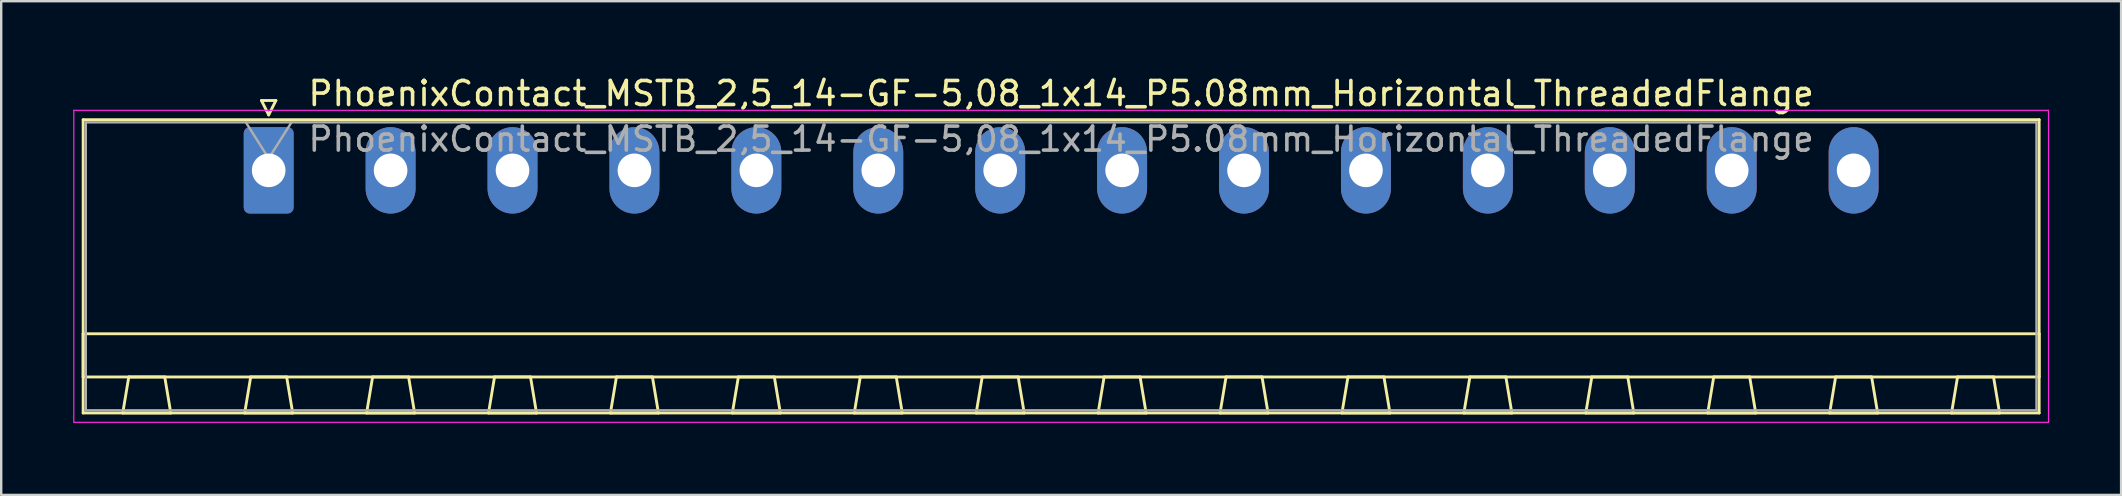
<source format=kicad_pcb>
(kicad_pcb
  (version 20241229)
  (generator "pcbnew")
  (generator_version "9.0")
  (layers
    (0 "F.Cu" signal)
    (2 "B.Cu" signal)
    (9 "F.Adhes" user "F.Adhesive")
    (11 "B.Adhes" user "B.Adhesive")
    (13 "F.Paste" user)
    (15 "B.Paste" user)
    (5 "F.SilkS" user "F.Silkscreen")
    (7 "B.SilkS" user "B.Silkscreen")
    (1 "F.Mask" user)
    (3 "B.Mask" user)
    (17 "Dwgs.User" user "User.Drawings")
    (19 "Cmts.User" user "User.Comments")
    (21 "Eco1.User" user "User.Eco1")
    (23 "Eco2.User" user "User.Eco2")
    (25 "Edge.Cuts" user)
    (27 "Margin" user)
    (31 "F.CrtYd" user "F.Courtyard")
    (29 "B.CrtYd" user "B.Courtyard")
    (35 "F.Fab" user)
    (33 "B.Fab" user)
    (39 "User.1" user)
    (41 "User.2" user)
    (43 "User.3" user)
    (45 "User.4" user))
  (footprint "PhoenixContact_MSTB_2,5_14-GF-5,08_1x14_P5.08mm_Horizontal_ThreadedFlange"
    (layer "F.Cu")
    (at 8.145 4.048)
    (property "Reference" "PhoenixContact_MSTB_2,5_14-GF-5,08_1x14_P5.08mm_Horizontal_ThreadedFlange" (at 33.02 -3.2 0) (layer "F.SilkS") (effects (font (size 1 1) (thickness 0.15))))
    (attr through_hole)
    (fp_line (start -7.73 -2.11) (end -7.73 10.11) (stroke (width 0.12) (type solid)) (layer "F.SilkS"))
    (fp_line (start -7.73 6.81) (end 73.77 6.81) (stroke (width 0.12) (type solid)) (layer "F.SilkS"))
    (fp_line (start -7.73 8.61) (end -7.73 6.81) (stroke (width 0.12) (type solid)) (layer "F.SilkS"))
    (fp_line (start -7.73 10.11) (end 73.77 10.11) (stroke (width 0.12) (type solid)) (layer "F.SilkS"))
    (fp_line (start -6.08 10.11) (end -4.08 10.11) (stroke (width 0.12) (type solid)) (layer "F.SilkS"))
    (fp_line (start -5.83 8.61) (end -6.08 10.11) (stroke (width 0.12) (type solid)) (layer "F.SilkS"))
    (fp_line (start -4.33 8.61) (end -5.83 8.61) (stroke (width 0.12) (type solid)) (layer "F.SilkS"))
    (fp_line (start -4.08 10.11) (end -4.33 8.61) (stroke (width 0.12) (type solid)) (layer "F.SilkS"))
    (fp_line (start -1 10.11) (end 1 10.11) (stroke (width 0.12) (type solid)) (layer "F.SilkS"))
    (fp_line (start -0.75 8.61) (end -1 10.11) (stroke (width 0.12) (type solid)) (layer "F.SilkS"))
    (fp_line (start -0.3 -2.91) (end 0.3 -2.91) (stroke (width 0.12) (type solid)) (layer "F.SilkS"))
    (fp_line (start 0 -2.31) (end -0.3 -2.91) (stroke (width 0.12) (type solid)) (layer "F.SilkS"))
    (fp_line (start 0.3 -2.91) (end 0 -2.31) (stroke (width 0.12) (type solid)) (layer "F.SilkS"))
    (fp_line (start 0.75 8.61) (end -0.75 8.61) (stroke (width 0.12) (type solid)) (layer "F.SilkS"))
    (fp_line (start 1 10.11) (end 0.75 8.61) (stroke (width 0.12) (type solid)) (layer "F.SilkS"))
    (fp_line (start 4.08 10.11) (end 6.08 10.11) (stroke (width 0.12) (type solid)) (layer "F.SilkS"))
    (fp_line (start 4.33 8.61) (end 4.08 10.11) (stroke (width 0.12) (type solid)) (layer "F.SilkS"))
    (fp_line (start 5.83 8.61) (end 4.33 8.61) (stroke (width 0.12) (type solid)) (layer "F.SilkS"))
    (fp_line (start 6.08 10.11) (end 5.83 8.61) (stroke (width 0.12) (type solid)) (layer "F.SilkS"))
    (fp_line (start 9.16 10.11) (end 11.16 10.11) (stroke (width 0.12) (type solid)) (layer "F.SilkS"))
    (fp_line (start 9.41 8.61) (end 9.16 10.11) (stroke (width 0.12) (type solid)) (layer "F.SilkS"))
    (fp_line (start 10.91 8.61) (end 9.41 8.61) (stroke (width 0.12) (type solid)) (layer "F.SilkS"))
    (fp_line (start 11.16 10.11) (end 10.91 8.61) (stroke (width 0.12) (type solid)) (layer "F.SilkS"))
    (fp_line (start 14.24 10.11) (end 16.24 10.11) (stroke (width 0.12) (type solid)) (layer "F.SilkS"))
    (fp_line (start 14.49 8.61) (end 14.24 10.11) (stroke (width 0.12) (type solid)) (layer "F.SilkS"))
    (fp_line (start 15.99 8.61) (end 14.49 8.61) (stroke (width 0.12) (type solid)) (layer "F.SilkS"))
    (fp_line (start 16.24 10.11) (end 15.99 8.61) (stroke (width 0.12) (type solid)) (layer "F.SilkS"))
    (fp_line (start 19.32 10.11) (end 21.32 10.11) (stroke (width 0.12) (type solid)) (layer "F.SilkS"))
    (fp_line (start 19.57 8.61) (end 19.32 10.11) (stroke (width 0.12) (type solid)) (layer "F.SilkS"))
    (fp_line (start 21.07 8.61) (end 19.57 8.61) (stroke (width 0.12) (type solid)) (layer "F.SilkS"))
    (fp_line (start 21.32 10.11) (end 21.07 8.61) (stroke (width 0.12) (type solid)) (layer "F.SilkS"))
    (fp_line (start 24.4 10.11) (end 26.4 10.11) (stroke (width 0.12) (type solid)) (layer "F.SilkS"))
    (fp_line (start 24.65 8.61) (end 24.4 10.11) (stroke (width 0.12) (type solid)) (layer "F.SilkS"))
    (fp_line (start 26.15 8.61) (end 24.65 8.61) (stroke (width 0.12) (type solid)) (layer "F.SilkS"))
    (fp_line (start 26.4 10.11) (end 26.15 8.61) (stroke (width 0.12) (type solid)) (layer "F.SilkS"))
    (fp_line (start 29.48 10.11) (end 31.48 10.11) (stroke (width 0.12) (type solid)) (layer "F.SilkS"))
    (fp_line (start 29.73 8.61) (end 29.48 10.11) (stroke (width 0.12) (type solid)) (layer "F.SilkS"))
    (fp_line (start 31.23 8.61) (end 29.73 8.61) (stroke (width 0.12) (type solid)) (layer "F.SilkS"))
    (fp_line (start 31.48 10.11) (end 31.23 8.61) (stroke (width 0.12) (type solid)) (layer "F.SilkS"))
    (fp_line (start 34.56 10.11) (end 36.56 10.11) (stroke (width 0.12) (type solid)) (layer "F.SilkS"))
    (fp_line (start 34.81 8.61) (end 34.56 10.11) (stroke (width 0.12) (type solid)) (layer "F.SilkS"))
    (fp_line (start 36.31 8.61) (end 34.81 8.61) (stroke (width 0.12) (type solid)) (layer "F.SilkS"))
    (fp_line (start 36.56 10.11) (end 36.31 8.61) (stroke (width 0.12) (type solid)) (layer "F.SilkS"))
    (fp_line (start 39.64 10.11) (end 41.64 10.11) (stroke (width 0.12) (type solid)) (layer "F.SilkS"))
    (fp_line (start 39.89 8.61) (end 39.64 10.11) (stroke (width 0.12) (type solid)) (layer "F.SilkS"))
    (fp_line (start 41.39 8.61) (end 39.89 8.61) (stroke (width 0.12) (type solid)) (layer "F.SilkS"))
    (fp_line (start 41.64 10.11) (end 41.39 8.61) (stroke (width 0.12) (type solid)) (layer "F.SilkS"))
    (fp_line (start 44.72 10.11) (end 46.72 10.11) (stroke (width 0.12) (type solid)) (layer "F.SilkS"))
    (fp_line (start 44.97 8.61) (end 44.72 10.11) (stroke (width 0.12) (type solid)) (layer "F.SilkS"))
    (fp_line (start 46.47 8.61) (end 44.97 8.61) (stroke (width 0.12) (type solid)) (layer "F.SilkS"))
    (fp_line (start 46.72 10.11) (end 46.47 8.61) (stroke (width 0.12) (type solid)) (layer "F.SilkS"))
    (fp_line (start 49.8 10.11) (end 51.8 10.11) (stroke (width 0.12) (type solid)) (layer "F.SilkS"))
    (fp_line (start 50.05 8.61) (end 49.8 10.11) (stroke (width 0.12) (type solid)) (layer "F.SilkS"))
    (fp_line (start 51.55 8.61) (end 50.05 8.61) (stroke (width 0.12) (type solid)) (layer "F.SilkS"))
    (fp_line (start 51.8 10.11) (end 51.55 8.61) (stroke (width 0.12) (type solid)) (layer "F.SilkS"))
    (fp_line (start 54.88 10.11) (end 56.88 10.11) (stroke (width 0.12) (type solid)) (layer "F.SilkS"))
    (fp_line (start 55.13 8.61) (end 54.88 10.11) (stroke (width 0.12) (type solid)) (layer "F.SilkS"))
    (fp_line (start 56.63 8.61) (end 55.13 8.61) (stroke (width 0.12) (type solid)) (layer "F.SilkS"))
    (fp_line (start 56.88 10.11) (end 56.63 8.61) (stroke (width 0.12) (type solid)) (layer "F.SilkS"))
    (fp_line (start 59.96 10.11) (end 61.96 10.11) (stroke (width 0.12) (type solid)) (layer "F.SilkS"))
    (fp_line (start 60.21 8.61) (end 59.96 10.11) (stroke (width 0.12) (type solid)) (layer "F.SilkS"))
    (fp_line (start 61.71 8.61) (end 60.21 8.61) (stroke (width 0.12) (type solid)) (layer "F.SilkS"))
    (fp_line (start 61.96 10.11) (end 61.71 8.61) (stroke (width 0.12) (type solid)) (layer "F.SilkS"))
    (fp_line (start 65.04 10.11) (end 67.04 10.11) (stroke (width 0.12) (type solid)) (layer "F.SilkS"))
    (fp_line (start 65.29 8.61) (end 65.04 10.11) (stroke (width 0.12) (type solid)) (layer "F.SilkS"))
    (fp_line (start 66.79 8.61) (end 65.29 8.61) (stroke (width 0.12) (type solid)) (layer "F.SilkS"))
    (fp_line (start 67.04 10.11) (end 66.79 8.61) (stroke (width 0.12) (type solid)) (layer "F.SilkS"))
    (fp_line (start 70.12 10.11) (end 72.12 10.11) (stroke (width 0.12) (type solid)) (layer "F.SilkS"))
    (fp_line (start 70.37 8.61) (end 70.12 10.11) (stroke (width 0.12) (type solid)) (layer "F.SilkS"))
    (fp_line (start 71.87 8.61) (end 70.37 8.61) (stroke (width 0.12) (type solid)) (layer "F.SilkS"))
    (fp_line (start 72.12 10.11) (end 71.87 8.61) (stroke (width 0.12) (type solid)) (layer "F.SilkS"))
    (fp_line (start 73.77 -2.11) (end -7.73 -2.11) (stroke (width 0.12) (type solid)) (layer "F.SilkS"))
    (fp_line (start 73.77 6.81) (end 73.77 8.61) (stroke (width 0.12) (type solid)) (layer "F.SilkS"))
    (fp_line (start 73.77 8.61) (end -7.73 8.61) (stroke (width 0.12) (type solid)) (layer "F.SilkS"))
    (fp_line (start 73.77 10.11) (end 73.77 -2.11) (stroke (width 0.12) (type solid)) (layer "F.SilkS"))
    (fp_line (start -8.12 -2.5) (end -8.12 10.5) (stroke (width 0.05) (type solid)) (layer "F.CrtYd"))
    (fp_line (start -8.12 10.5) (end 74.16 10.5) (stroke (width 0.05) (type solid)) (layer "F.CrtYd"))
    (fp_line (start 74.16 -2.5) (end -8.12 -2.5) (stroke (width 0.05) (type solid)) (layer "F.CrtYd"))
    (fp_line (start 74.16 10.5) (end 74.16 -2.5) (stroke (width 0.05) (type solid)) (layer "F.CrtYd"))
    (fp_line (start -7.62 -2) (end -7.62 10) (stroke (width 0.1) (type solid)) (layer "F.Fab"))
    (fp_line (start -7.62 10) (end 73.66 10) (stroke (width 0.1) (type solid)) (layer "F.Fab"))
    (fp_line (start 0 -0.5) (end -0.95 -2) (stroke (width 0.1) (type solid)) (layer "F.Fab"))
    (fp_line (start 0.95 -2) (end 0 -0.5) (stroke (width 0.1) (type solid)) (layer "F.Fab"))
    (fp_line (start 73.66 -2) (end -7.62 -2) (stroke (width 0.1) (type solid)) (layer "F.Fab"))
    (fp_line (start 73.66 10) (end 73.66 -2) (stroke (width 0.1) (type solid)) (layer "F.Fab"))
    (fp_text user "${REFERENCE}" (at 33.02 -1.3 0) (layer "F.Fab") (effects (font (size 1 1) (thickness 0.15))))
    (pad "1" thru_hole roundrect (at 0 0) (size 2.08 3.6) (drill 1.4) (layers "*.Cu" "*.Mask") (roundrect_rratio 0.12))
    (pad "2" thru_hole oval (at 5.08 0) (size 2.08 3.6) (drill 1.4) (layers "*.Cu" "*.Mask"))
    (pad "3" thru_hole oval (at 10.16 0) (size 2.08 3.6) (drill 1.4) (layers "*.Cu" "*.Mask"))
    (pad "4" thru_hole oval (at 15.24 0) (size 2.08 3.6) (drill 1.4) (layers "*.Cu" "*.Mask"))
    (pad "5" thru_hole oval (at 20.32 0) (size 2.08 3.6) (drill 1.4) (layers "*.Cu" "*.Mask"))
    (pad "6" thru_hole oval (at 25.4 0) (size 2.08 3.6) (drill 1.4) (layers "*.Cu" "*.Mask"))
    (pad "7" thru_hole oval (at 30.48 0) (size 2.08 3.6) (drill 1.4) (layers "*.Cu" "*.Mask"))
    (pad "8" thru_hole oval (at 35.56 0) (size 2.08 3.6) (drill 1.4) (layers "*.Cu" "*.Mask"))
    (pad "9" thru_hole oval (at 40.64 0) (size 2.08 3.6) (drill 1.4) (layers "*.Cu" "*.Mask"))
    (pad "10" thru_hole oval (at 45.72 0) (size 2.08 3.6) (drill 1.4) (layers "*.Cu" "*.Mask"))
    (pad "11" thru_hole oval (at 50.8 0) (size 2.08 3.6) (drill 1.4) (layers "*.Cu" "*.Mask"))
    (pad "12" thru_hole oval (at 55.88 0) (size 2.08 3.6) (drill 1.4) (layers "*.Cu" "*.Mask"))
    (pad "13" thru_hole oval (at 60.96 0) (size 2.08 3.6) (drill 1.4) (layers "*.Cu" "*.Mask"))
    (pad "14" thru_hole oval (at 66.04 0) (size 2.08 3.6) (drill 1.4) (layers "*.Cu" "*.Mask")))
  (gr_rect
    (start -3 -3)
    (end 85.33 17.573)
    (stroke (width 0.1) (type default))
    (fill no)
    (layer "Edge.Cuts")))
</source>
